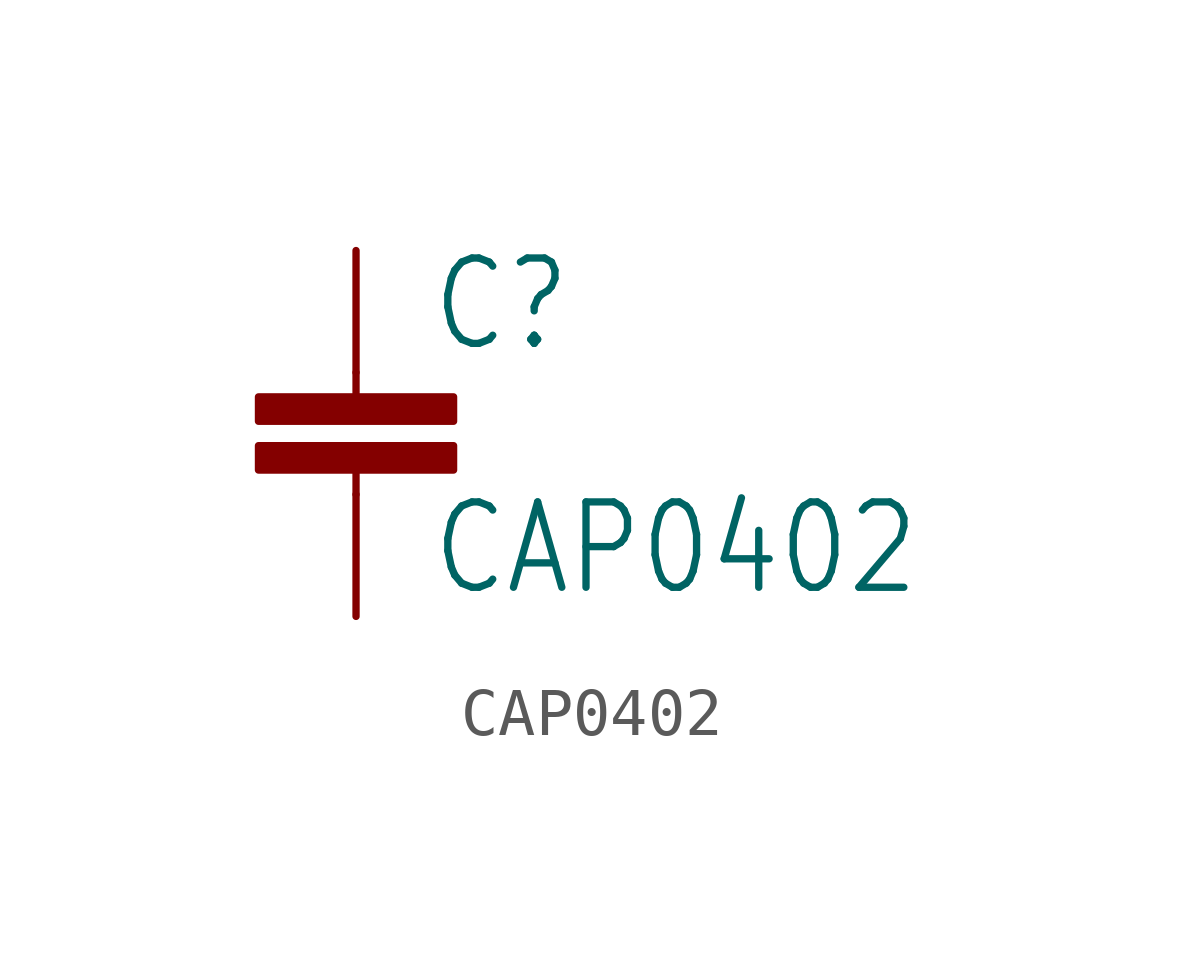
<source format=kicad_sym>
(kicad_symbol_lib
  (version 20211014)
  (generator kicad_symbol_editor)
  (symbol "CAP0402"
    (property "Reference" "C"
      (at 1.524 2.921 0)
      (effects (font (size 1.778 1.511)) (justify left bottom)))
    (property "Value" "CAP0402"
      (at 1.524 -2.159 0)
      (effects (font (size 1.778 1.511)) (justify left bottom)))
    (property "ki_locked" ""
      (at 0 0 0)
      (effects (font (size 1.27 1.27))))
    (symbol "CAP0402_1_0"
      (rectangle (start -2.032 0.508) (end 2.032 1.016) (stroke (width 0) (type default) (color 0 0 0 0)) (fill (type outline)))
      (rectangle (start -2.032 1.524) (end 2.032 2.032) (stroke (width 0) (type default) (color 0 0 0 0)) (fill (type outline)))
      (polyline (pts (xy 0 0) (xy 0 0.508)) (stroke (width 0.152) (type default) (color 0 0 0 0)) (fill (type none)))
      (polyline (pts (xy 0 2.54) (xy 0 2.032)) (stroke (width 0.152) (type default) (color 0 0 0 0)) (fill (type none)))
      (pin passive line (at 0 5.08 270) (length 2.54) (name "1" (effects (font (size 0 0)))) (number "1" (effects (font (size 0 0)))))
      (pin passive line (at 0 -2.54 90) (length 2.54) (name "2" (effects (font (size 0 0)))) (number "2" (effects (font (size 0 0))))))))
</source>
